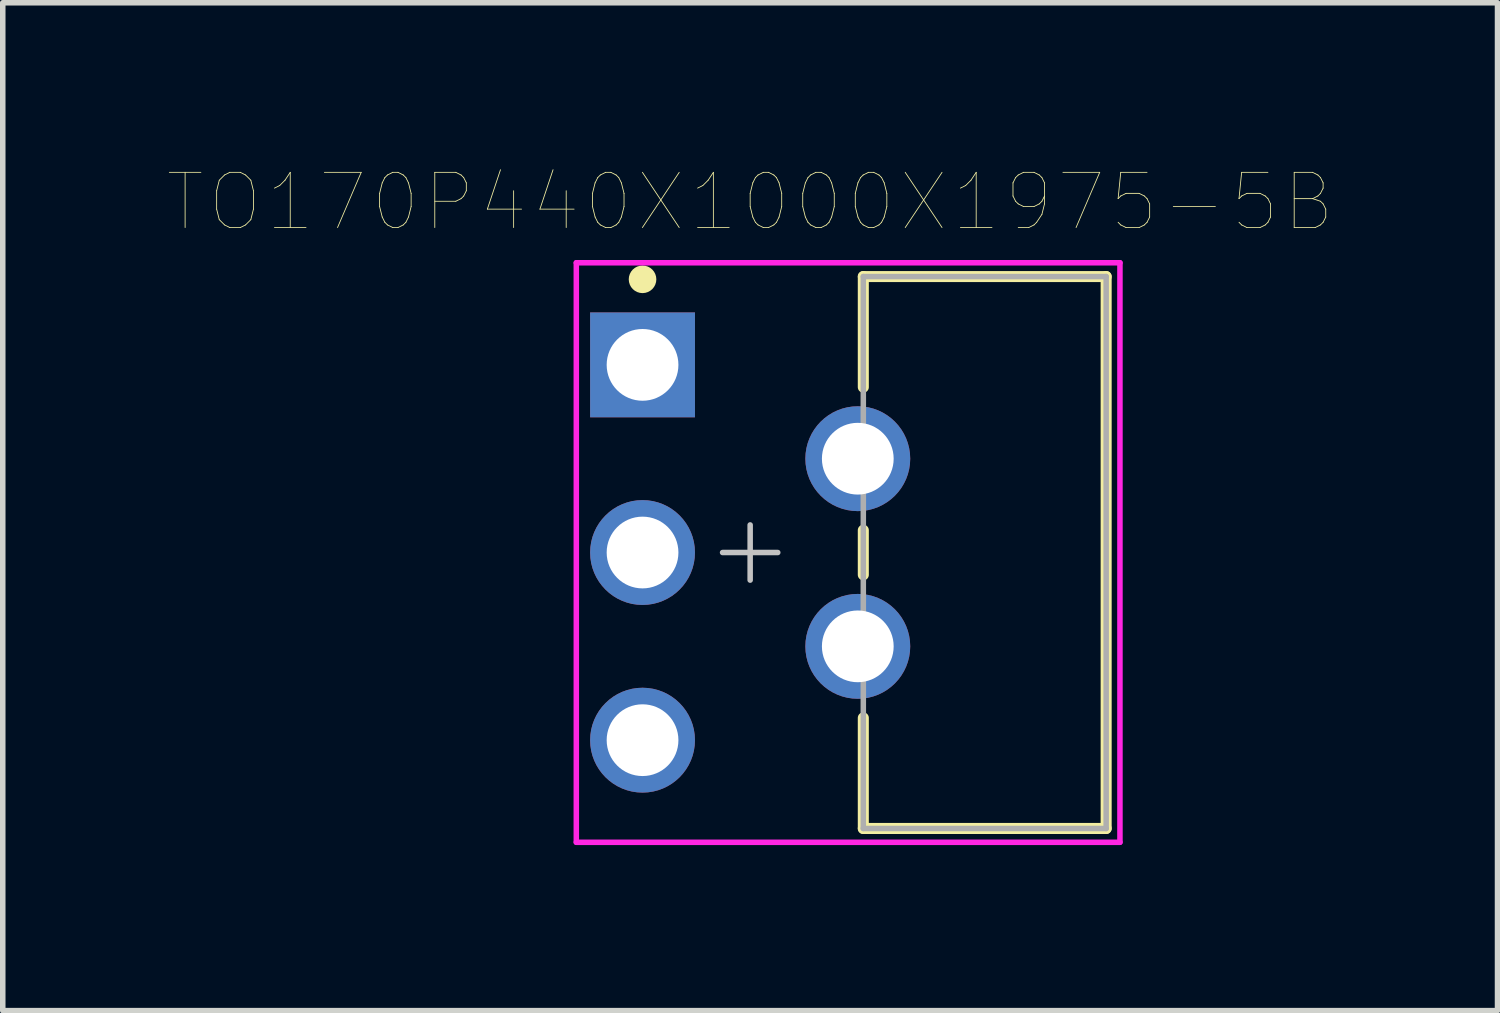
<source format=kicad_pcb>
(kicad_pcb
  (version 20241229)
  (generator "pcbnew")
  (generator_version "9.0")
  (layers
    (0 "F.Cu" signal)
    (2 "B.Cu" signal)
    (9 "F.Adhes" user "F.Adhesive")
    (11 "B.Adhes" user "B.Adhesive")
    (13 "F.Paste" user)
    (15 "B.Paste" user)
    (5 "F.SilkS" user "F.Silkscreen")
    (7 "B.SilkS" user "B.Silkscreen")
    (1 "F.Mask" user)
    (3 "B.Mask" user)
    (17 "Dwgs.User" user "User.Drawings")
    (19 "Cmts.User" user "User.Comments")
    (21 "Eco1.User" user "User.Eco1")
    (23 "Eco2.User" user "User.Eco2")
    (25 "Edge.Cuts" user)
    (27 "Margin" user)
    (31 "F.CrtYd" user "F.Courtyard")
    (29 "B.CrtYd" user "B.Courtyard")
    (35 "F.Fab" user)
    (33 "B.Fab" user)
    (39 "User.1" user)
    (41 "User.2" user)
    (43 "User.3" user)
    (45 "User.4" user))
  (footprint "TO170P440X1000X1975-5B"
    (layer "F.Cu")
    (at 10.542 6.961)
    (property "Reference" "TO170P440X1000X1975-5B" (at 0 -6.35 0) (layer "F.SilkS") (effects (font (size 1 1) (thickness 0.015))))
    (attr through_hole)
    (fp_line (start 2.05 -5) (end 6.45 -5) (stroke (width 0.2) (type solid)) (layer "F.SilkS"))
    (fp_line (start 2.05 -2.996) (end 2.05 -5) (stroke (width 0.2) (type solid)) (layer "F.SilkS"))
    (fp_line (start 2.05 0.404) (end 2.05 -0.404) (stroke (width 0.2) (type solid)) (layer "F.SilkS"))
    (fp_line (start 2.05 5) (end 2.05 2.996) (stroke (width 0.2) (type solid)) (layer "F.SilkS"))
    (fp_line (start 2.05 5) (end 6.45 5) (stroke (width 0.2) (type solid)) (layer "F.SilkS"))
    (fp_line (start 6.45 5) (end 6.45 -5) (stroke (width 0.2) (type solid)) (layer "F.SilkS"))
    (fp_circle (center -1.95 -4.95) (end -1.825 -4.95) (stroke (width 0.25) (type solid)) (fill no) (layer "F.SilkS"))
    (fp_line (start -0.5 0) (end 0.5 0) (stroke (width 0.1) (type solid)) (layer "Dwgs.User"))
    (fp_line (start 0 0.5) (end 0 -0.5) (stroke (width 0.1) (type solid)) (layer "Dwgs.User"))
    (fp_line (start -3.15 -5.25) (end 6.7 -5.25) (stroke (width 0.1) (type solid)) (layer "F.CrtYd"))
    (fp_line (start -3.15 5.25) (end -3.15 -5.25) (stroke (width 0.1) (type solid)) (layer "F.CrtYd"))
    (fp_line (start -3.15 5.25) (end 6.7 5.25) (stroke (width 0.1) (type solid)) (layer "F.CrtYd"))
    (fp_line (start 6.7 5.25) (end 6.7 -5.25) (stroke (width 0.1) (type solid)) (layer "F.CrtYd"))
    (fp_line (start 2.05 -5) (end 6.45 -5) (stroke (width 0.1) (type solid)) (layer "F.Fab"))
    (fp_line (start 2.05 5) (end 2.05 -5) (stroke (width 0.1) (type solid)) (layer "F.Fab"))
    (fp_line (start 2.05 5) (end 6.45 5) (stroke (width 0.1) (type solid)) (layer "F.Fab"))
    (fp_line (start 6.45 5) (end 6.45 -5) (stroke (width 0.1) (type solid)) (layer "F.Fab"))
    (pad "1" thru_hole rect (at -1.95 -3.4) (size 1.9 1.9) (drill 1.3) (layers "*.Cu" "*.Mask"))
    (pad "2" thru_hole circle (at 1.95 -1.7) (size 1.9 1.9) (drill 1.3) (layers "*.Cu" "*.Mask"))
    (pad "3" thru_hole circle (at -1.95 0) (size 1.9 1.9) (drill 1.3) (layers "*.Cu" "*.Mask"))
    (pad "4" thru_hole circle (at 1.95 1.7) (size 1.9 1.9) (drill 1.3) (layers "*.Cu" "*.Mask"))
    (pad "5" thru_hole circle (at -1.95 3.4) (size 1.9 1.9) (drill 1.3) (layers "*.Cu" "*.Mask")))
  (gr_rect
    (start -3 -3)
    (end 24.083 15.261)
    (stroke (width 0.1) (type default))
    (fill no)
    (layer "Edge.Cuts")))
</source>
